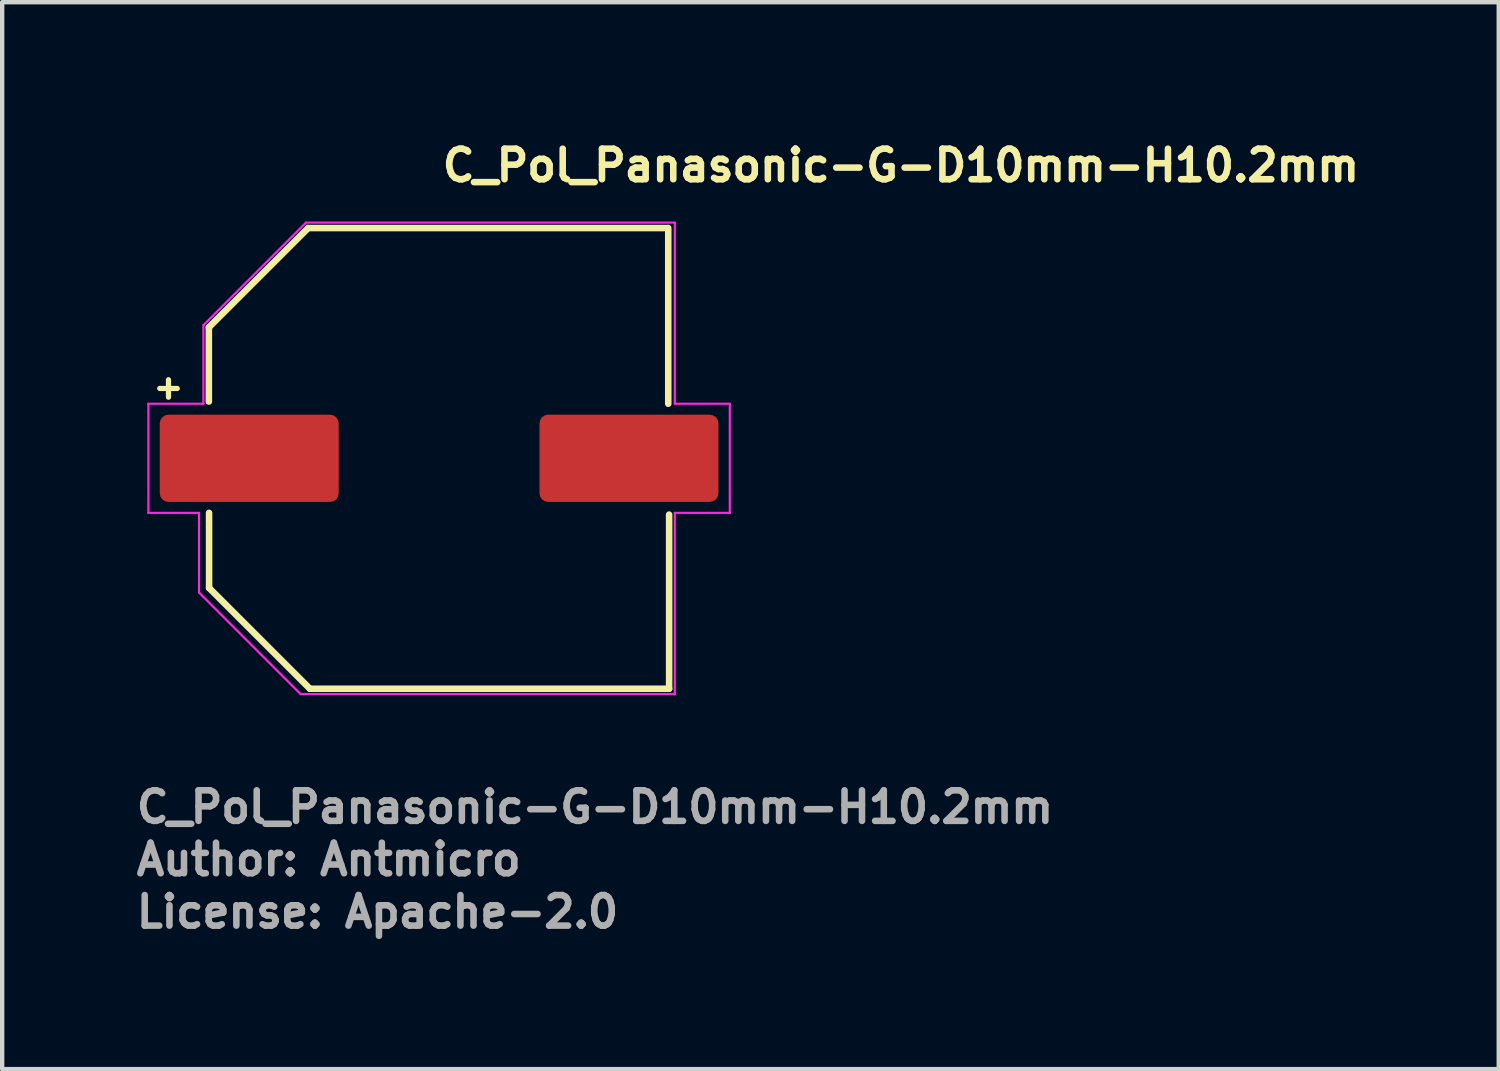
<source format=kicad_pcb>
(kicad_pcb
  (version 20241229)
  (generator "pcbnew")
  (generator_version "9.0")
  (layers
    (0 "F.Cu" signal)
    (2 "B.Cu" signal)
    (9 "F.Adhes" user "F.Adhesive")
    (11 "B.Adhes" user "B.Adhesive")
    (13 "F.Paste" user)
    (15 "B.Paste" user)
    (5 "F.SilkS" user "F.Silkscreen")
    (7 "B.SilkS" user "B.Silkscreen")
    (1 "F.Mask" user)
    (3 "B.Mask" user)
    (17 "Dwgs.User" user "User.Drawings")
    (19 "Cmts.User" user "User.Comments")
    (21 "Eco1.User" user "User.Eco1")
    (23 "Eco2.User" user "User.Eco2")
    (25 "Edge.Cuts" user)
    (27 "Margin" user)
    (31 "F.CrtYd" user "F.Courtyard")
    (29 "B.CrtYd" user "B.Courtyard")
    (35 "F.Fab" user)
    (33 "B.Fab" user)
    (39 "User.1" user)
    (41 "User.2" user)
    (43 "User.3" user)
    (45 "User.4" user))
  (footprint "C_Pol_Panasonic-G-D10mm-H10.2mm"
    (layer "F.Cu")
    (at 7.01 7.45)
    (property "Reference" "C_Pol_Panasonic-G-D10mm-H10.2mm" (at 0 -6.3 0) (layer "F.SilkS") (effects (font (size 0.7 0.7) (thickness 0.15)) (justify left bottom)))
    (attr smd)
    (fp_line (start -6.4 -1.6) (end -6 -1.6) (stroke (width 0.12) (type solid)) (layer "F.SilkS"))
    (fp_line (start -6.2 -1.8) (end -6.2 -1.4) (stroke (width 0.12) (type solid)) (layer "F.SilkS"))
    (fp_line (start -5.275 -3) (end -5.275 -1.3) (stroke (width 0.15) (type solid)) (layer "F.SilkS"))
    (fp_line (start -5.27 2.97) (end -5.27 1.25) (stroke (width 0.15) (type solid)) (layer "F.SilkS"))
    (fp_line (start -3 -5.275) (end -5.275 -3) (stroke (width 0.15) (type solid)) (layer "F.SilkS"))
    (fp_line (start -3 -5.275) (end 5.23 -5.275) (stroke (width 0.15) (type solid)) (layer "F.SilkS"))
    (fp_line (start -2.96 5.28) (end -5.27 2.97) (stroke (width 0.15) (type solid)) (layer "F.SilkS"))
    (fp_line (start 5.25 -1.25) (end 5.25 -5.275) (stroke (width 0.15) (type solid)) (layer "F.SilkS"))
    (fp_line (start 5.27 1.29) (end 5.27 5.28) (stroke (width 0.15) (type solid)) (layer "F.SilkS"))
    (fp_line (start 5.27 5.28) (end -2.96 5.28) (stroke (width 0.15) (type solid)) (layer "F.SilkS"))
    (fp_line (start -6.66 -1.25) (end -6.66 1.25) (stroke (width 0.05) (type solid)) (layer "F.CrtYd"))
    (fp_line (start -6.66 1.25) (end -5.5 1.25) (stroke (width 0.05) (type solid)) (layer "F.CrtYd"))
    (fp_line (start -5.5 1.25) (end -5.5 3.075) (stroke (width 0.05) (type solid)) (layer "F.CrtYd"))
    (fp_line (start -5.5 3.075) (end -3.175 5.4) (stroke (width 0.05) (type solid)) (layer "F.CrtYd"))
    (fp_line (start -5.4 -3.05) (end -5.4 -1.25) (stroke (width 0.05) (type solid)) (layer "F.CrtYd"))
    (fp_line (start -5.4 -3.05) (end -3.05 -5.4) (stroke (width 0.05) (type solid)) (layer "F.CrtYd"))
    (fp_line (start -5.4 -1.25) (end -6.66 -1.25) (stroke (width 0.05) (type solid)) (layer "F.CrtYd"))
    (fp_line (start -3.175 5.4) (end 5.4 5.4) (stroke (width 0.05) (type solid)) (layer "F.CrtYd"))
    (fp_line (start -3.05 -5.4) (end 5.4 -5.4) (stroke (width 0.05) (type solid)) (layer "F.CrtYd"))
    (fp_line (start 5.4 -5.4) (end 5.4 -1.25) (stroke (width 0.05) (type solid)) (layer "F.CrtYd"))
    (fp_line (start 5.4 1.25) (end 5.4 5.4) (stroke (width 0.05) (type solid)) (layer "F.CrtYd"))
    (fp_line (start 5.4 1.25) (end 6.66 1.25) (stroke (width 0.05) (type solid)) (layer "F.CrtYd"))
    (fp_line (start 6.66 -1.25) (end 5.4 -1.25) (stroke (width 0.05) (type solid)) (layer "F.CrtYd"))
    (fp_line (start 6.66 1.25) (end 6.66 -1.25) (stroke (width 0.05) (type solid)) (layer "F.CrtYd"))
    (fp_rect (start -5.849 -5.15) (end 5.849 5.15) (stroke (width 0.1) (type solid)) (fill no) (layer "User.5"))
    (fp_line (start -5.849 -0.45) (end -5.849 0.45) (stroke (width 0.02) (type solid)) (layer "User.9"))
    (fp_line (start -5.849 -0.45) (end -5.15 -0.45) (stroke (width 0.02) (type solid)) (layer "User.9"))
    (fp_line (start -5.15 -2.95) (end -2.95 -5.15) (stroke (width 0.02) (type solid)) (layer "User.9"))
    (fp_line (start -5.15 -1.5) (end -5.15 -2.95) (stroke (width 0.02) (type solid)) (layer "User.9"))
    (fp_line (start -5.15 0.45) (end -5.849 0.45) (stroke (width 0.02) (type solid)) (layer "User.9"))
    (fp_line (start -5.15 1.5) (end -5.15 -1.5) (stroke (width 0.02) (type solid)) (layer "User.9"))
    (fp_line (start -5.15 1.5) (end -4.874 1.5) (stroke (width 0.02) (type solid)) (layer "User.9"))
    (fp_line (start -5.15 2.95) (end -5.15 1.5) (stroke (width 0.02) (type solid)) (layer "User.9"))
    (fp_line (start -5 0.004) (end -4.984 0.4) (stroke (width 0.02) (type solid)) (layer "User.9"))
    (fp_line (start -4.984 -0.391) (end -5 0.004) (stroke (width 0.02) (type solid)) (layer "User.9"))
    (fp_line (start -4.984 0.4) (end -4.936 0.795) (stroke (width 0.02) (type solid)) (layer "User.9"))
    (fp_line (start -4.938 -0.784) (end -4.984 -0.391) (stroke (width 0.02) (type solid)) (layer "User.9"))
    (fp_line (start -4.936 0.795) (end -4.857 1.186) (stroke (width 0.02) (type solid)) (layer "User.9"))
    (fp_line (start -4.874 -1.5) (end -5.15 -1.5) (stroke (width 0.02) (type solid)) (layer "User.9"))
    (fp_line (start -4.874 1.5) (end -4.772 1.798) (stroke (width 0.02) (type solid)) (layer "User.9"))
    (fp_line (start -4.86 -1.173) (end -4.938 -0.784) (stroke (width 0.02) (type solid)) (layer "User.9"))
    (fp_line (start -4.857 1.186) (end -4.746 1.573) (stroke (width 0.02) (type solid)) (layer "User.9"))
    (fp_line (start -4.772 -1.798) (end -4.874 -1.5) (stroke (width 0.02) (type solid)) (layer "User.9"))
    (fp_line (start -4.772 1.798) (end -4.653 2.088) (stroke (width 0.02) (type solid)) (layer "User.9"))
    (fp_line (start -4.751 -1.556) (end -4.86 -1.173) (stroke (width 0.02) (type solid)) (layer "User.9"))
    (fp_line (start -4.746 1.573) (end -4.679 1.763) (stroke (width 0.02) (type solid)) (layer "User.9"))
    (fp_line (start -4.679 1.763) (end -4.603 1.951) (stroke (width 0.02) (type solid)) (layer "User.9"))
    (fp_line (start -4.653 -2.088) (end -4.772 -1.798) (stroke (width 0.02) (type solid)) (layer "User.9"))
    (fp_line (start -4.653 2.088) (end -4.516 2.368) (stroke (width 0.02) (type solid)) (layer "User.9"))
    (fp_line (start -4.612 -1.93) (end -4.751 -1.556) (stroke (width 0.02) (type solid)) (layer "User.9"))
    (fp_line (start -4.603 1.951) (end -4.52 2.137) (stroke (width 0.02) (type solid)) (layer "User.9"))
    (fp_line (start -4.52 2.137) (end -4.428 2.321) (stroke (width 0.02) (type solid)) (layer "User.9"))
    (fp_line (start -4.516 -2.368) (end -4.653 -2.088) (stroke (width 0.02) (type solid)) (layer "User.9"))
    (fp_line (start -4.516 2.368) (end -4.364 2.638) (stroke (width 0.02) (type solid)) (layer "User.9"))
    (fp_line (start -4.442 -2.294) (end -4.612 -1.93) (stroke (width 0.02) (type solid)) (layer "User.9"))
    (fp_line (start -4.428 2.321) (end -4.328 2.502) (stroke (width 0.02) (type solid)) (layer "User.9"))
    (fp_line (start -4.364 -2.638) (end -4.516 -2.368) (stroke (width 0.02) (type solid)) (layer "User.9"))
    (fp_line (start -4.364 2.638) (end -4.196 2.897) (stroke (width 0.02) (type solid)) (layer "User.9"))
    (fp_line (start -4.346 -2.472) (end -4.442 -2.294) (stroke (width 0.02) (type solid)) (layer "User.9"))
    (fp_line (start -4.328 2.502) (end -4.221 2.679) (stroke (width 0.02) (type solid)) (layer "User.9"))
    (fp_line (start -4.242 -2.646) (end -4.346 -2.472) (stroke (width 0.02) (type solid)) (layer "User.9"))
    (fp_line (start -4.221 2.679) (end -4.221 2.679) (stroke (width 0.02) (type solid)) (layer "User.9"))
    (fp_line (start -4.221 2.679) (end -4.106 2.852) (stroke (width 0.02) (type solid)) (layer "User.9"))
    (fp_line (start -4.196 -2.897) (end -4.364 -2.638) (stroke (width 0.02) (type solid)) (layer "User.9"))
    (fp_line (start -4.196 2.897) (end -4.014 3.146) (stroke (width 0.02) (type solid)) (layer "User.9"))
    (fp_line (start -4.13 -2.817) (end -4.242 -2.646) (stroke (width 0.02) (type solid)) (layer "User.9"))
    (fp_line (start -4.106 2.852) (end -3.985 3.019) (stroke (width 0.02) (type solid)) (layer "User.9"))
    (fp_line (start -4.014 -3.146) (end -4.196 -2.897) (stroke (width 0.02) (type solid)) (layer "User.9"))
    (fp_line (start -4.014 3.146) (end -3.816 3.382) (stroke (width 0.02) (type solid)) (layer "User.9"))
    (fp_line (start -4.011 -2.984) (end -4.13 -2.817) (stroke (width 0.02) (type solid)) (layer "User.9"))
    (fp_line (start -3.985 3.019) (end -3.858 3.18) (stroke (width 0.02) (type solid)) (layer "User.9"))
    (fp_line (start -3.885 -3.147) (end -4.011 -2.984) (stroke (width 0.02) (type solid)) (layer "User.9"))
    (fp_line (start -3.858 3.18) (end -3.725 3.335) (stroke (width 0.02) (type solid)) (layer "User.9"))
    (fp_line (start -3.816 -3.382) (end -4.014 -3.146) (stroke (width 0.02) (type solid)) (layer "User.9"))
    (fp_line (start -3.816 3.382) (end -3.606 3.606) (stroke (width 0.02) (type solid)) (layer "User.9"))
    (fp_line (start -3.751 -3.305) (end -3.885 -3.147) (stroke (width 0.02) (type solid)) (layer "User.9"))
    (fp_line (start -3.751 -3.305) (end -3.751 -3.305) (stroke (width 0.02) (type solid)) (layer "User.9"))
    (fp_line (start -3.725 3.335) (end -3.586 3.483) (stroke (width 0.02) (type solid)) (layer "User.9"))
    (fp_line (start -3.606 -3.606) (end -3.816 -3.382) (stroke (width 0.02) (type solid)) (layer "User.9"))
    (fp_line (start -3.606 3.606) (end -3.382 3.816) (stroke (width 0.02) (type solid)) (layer "User.9"))
    (fp_line (start -3.586 3.483) (end -3.443 3.625) (stroke (width 0.02) (type solid)) (layer "User.9"))
    (fp_line (start -3.465 -3.604) (end -3.751 -3.305) (stroke (width 0.02) (type solid)) (layer "User.9"))
    (fp_line (start -3.443 3.625) (end -3.294 3.761) (stroke (width 0.02) (type solid)) (layer "User.9"))
    (fp_line (start -3.382 -3.816) (end -3.606 -3.606) (stroke (width 0.02) (type solid)) (layer "User.9"))
    (fp_line (start -3.382 3.816) (end -3.146 4.014) (stroke (width 0.02) (type solid)) (layer "User.9"))
    (fp_line (start -3.294 3.761) (end -3.141 3.89) (stroke (width 0.02) (type solid)) (layer "User.9"))
    (fp_line (start -3.158 -3.876) (end -3.465 -3.604) (stroke (width 0.02) (type solid)) (layer "User.9"))
    (fp_line (start -3.146 -4.014) (end -3.382 -3.816) (stroke (width 0.02) (type solid)) (layer "User.9"))
    (fp_line (start -3.146 4.014) (end -2.897 4.196) (stroke (width 0.02) (type solid)) (layer "User.9"))
    (fp_line (start -3.141 3.89) (end -2.983 4.013) (stroke (width 0.02) (type solid)) (layer "User.9"))
    (fp_line (start -2.983 4.013) (end -2.82 4.128) (stroke (width 0.02) (type solid)) (layer "User.9"))
    (fp_line (start -2.95 -5.15) (end -1.5 -5.15) (stroke (width 0.02) (type solid)) (layer "User.9"))
    (fp_line (start -2.95 5.15) (end -5.15 2.95) (stroke (width 0.02) (type solid)) (layer "User.9"))
    (fp_line (start -2.897 -4.196) (end -3.146 -4.014) (stroke (width 0.02) (type solid)) (layer "User.9"))
    (fp_line (start -2.897 4.196) (end -2.638 4.364) (stroke (width 0.02) (type solid)) (layer "User.9"))
    (fp_line (start -2.835 -4.118) (end -3.158 -3.876) (stroke (width 0.02) (type solid)) (layer "User.9"))
    (fp_line (start -2.82 4.128) (end -2.653 4.237) (stroke (width 0.02) (type solid)) (layer "User.9"))
    (fp_line (start -2.653 4.237) (end -2.483 4.339) (stroke (width 0.02) (type solid)) (layer "User.9"))
    (fp_line (start -2.638 -4.364) (end -2.897 -4.196) (stroke (width 0.02) (type solid)) (layer "User.9"))
    (fp_line (start -2.638 4.364) (end -2.368 4.516) (stroke (width 0.02) (type solid)) (layer "User.9"))
    (fp_line (start -2.495 -4.333) (end -2.835 -4.118) (stroke (width 0.02) (type solid)) (layer "User.9"))
    (fp_line (start -2.483 4.339) (end -2.309 4.434) (stroke (width 0.02) (type solid)) (layer "User.9"))
    (fp_line (start -2.368 -4.516) (end -2.638 -4.364) (stroke (width 0.02) (type solid)) (layer "User.9"))
    (fp_line (start -2.368 4.516) (end -2.088 4.653) (stroke (width 0.02) (type solid)) (layer "User.9"))
    (fp_line (start -2.309 4.434) (end -2.131 4.522) (stroke (width 0.02) (type solid)) (layer "User.9"))
    (fp_line (start -2.141 -4.518) (end -2.495 -4.333) (stroke (width 0.02) (type solid)) (layer "User.9"))
    (fp_line (start -2.131 4.522) (end -1.95 4.603) (stroke (width 0.02) (type solid)) (layer "User.9"))
    (fp_line (start -2.088 -4.653) (end -2.368 -4.516) (stroke (width 0.02) (type solid)) (layer "User.9"))
    (fp_line (start -2.088 4.653) (end -1.798 4.772) (stroke (width 0.02) (type solid)) (layer "User.9"))
    (fp_line (start -1.95 4.603) (end -1.766 4.677) (stroke (width 0.02) (type solid)) (layer "User.9"))
    (fp_line (start -1.798 -4.772) (end -2.088 -4.653) (stroke (width 0.02) (type solid)) (layer "User.9"))
    (fp_line (start -1.798 4.772) (end -1.5 4.874) (stroke (width 0.02) (type solid)) (layer "User.9"))
    (fp_line (start -1.775 -4.674) (end -2.141 -4.518) (stroke (width 0.02) (type solid)) (layer "User.9"))
    (fp_line (start -1.766 4.677) (end -1.58 4.743) (stroke (width 0.02) (type solid)) (layer "User.9"))
    (fp_line (start -1.58 4.743) (end -1.391 4.802) (stroke (width 0.02) (type solid)) (layer "User.9"))
    (fp_line (start -1.5 -5.15) (end -1.5 -4.874) (stroke (width 0.02) (type solid)) (layer "User.9"))
    (fp_line (start -1.5 -5.15) (end 1.5 -5.15) (stroke (width 0.02) (type solid)) (layer "User.9"))
    (fp_line (start -1.5 -4.874) (end -1.798 -4.772) (stroke (width 0.02) (type solid)) (layer "User.9"))
    (fp_line (start -1.5 4.874) (end -1.5 5.15) (stroke (width 0.02) (type solid)) (layer "User.9"))
    (fp_line (start -1.5 5.15) (end -2.95 5.15) (stroke (width 0.02) (type solid)) (layer "User.9"))
    (fp_line (start -1.399 -4.8) (end -1.775 -4.674) (stroke (width 0.02) (type solid)) (layer "User.9"))
    (fp_line (start -1.391 4.802) (end -1.199 4.854) (stroke (width 0.02) (type solid)) (layer "User.9"))
    (fp_line (start -1.199 4.854) (end -1.006 4.897) (stroke (width 0.02) (type solid)) (layer "User.9"))
    (fp_line (start -1.015 -4.895) (end -1.399 -4.8) (stroke (width 0.02) (type solid)) (layer "User.9"))
    (fp_line (start -1.006 4.897) (end -0.81 4.934) (stroke (width 0.02) (type solid)) (layer "User.9"))
    (fp_line (start -0.81 4.934) (end -0.613 4.962) (stroke (width 0.02) (type solid)) (layer "User.9"))
    (fp_line (start -0.624 -4.96) (end -1.015 -4.895) (stroke (width 0.02) (type solid)) (layer "User.9"))
    (fp_line (start -0.613 4.962) (end -0.415 4.983) (stroke (width 0.02) (type solid)) (layer "User.9"))
    (fp_line (start -0.415 4.983) (end -0.215 4.995) (stroke (width 0.02) (type solid)) (layer "User.9"))
    (fp_line (start -0.229 -4.994) (end -0.624 -4.96) (stroke (width 0.02) (type solid)) (layer "User.9"))
    (fp_line (start -0.215 4.995) (end -0.015 5) (stroke (width 0.02) (type solid)) (layer "User.9"))
    (fp_line (start -0.015 5) (end 0.186 4.996) (stroke (width 0.02) (type solid)) (layer "User.9"))
    (fp_line (start 0.168 -4.997) (end -0.229 -4.994) (stroke (width 0.02) (type solid)) (layer "User.9"))
    (fp_line (start 0.186 4.996) (end 0.387 4.985) (stroke (width 0.02) (type solid)) (layer "User.9"))
    (fp_line (start 0.387 4.985) (end 0.589 4.965) (stroke (width 0.02) (type solid)) (layer "User.9"))
    (fp_line (start 0.566 -4.968) (end 0.168 -4.997) (stroke (width 0.02) (type solid)) (layer "User.9"))
    (fp_line (start 0.589 4.965) (end 0.791 4.937) (stroke (width 0.02) (type solid)) (layer "User.9"))
    (fp_line (start 0.791 4.937) (end 0.993 4.9) (stroke (width 0.02) (type solid)) (layer "User.9"))
    (fp_line (start 0.963 -4.906) (end 0.566 -4.968) (stroke (width 0.02) (type solid)) (layer "User.9"))
    (fp_line (start 0.993 4.9) (end 1.194 4.855) (stroke (width 0.02) (type solid)) (layer "User.9"))
    (fp_line (start 1.194 4.855) (end 1.395 4.801) (stroke (width 0.02) (type solid)) (layer "User.9"))
    (fp_line (start 1.357 -4.812) (end 0.963 -4.906) (stroke (width 0.02) (type solid)) (layer "User.9"))
    (fp_line (start 1.395 4.801) (end 1.395 4.801) (stroke (width 0.02) (type solid)) (layer "User.9"))
    (fp_line (start 1.395 4.801) (end 1.593 4.739) (stroke (width 0.02) (type solid)) (layer "User.9"))
    (fp_line (start 1.5 -5.15) (end 1.5 -4.874) (stroke (width 0.02) (type solid)) (layer "User.9"))
    (fp_line (start 1.5 -4.874) (end 1.798 -4.772) (stroke (width 0.02) (type solid)) (layer "User.9"))
    (fp_line (start 1.5 4.874) (end 1.5 5.15) (stroke (width 0.02) (type solid)) (layer "User.9"))
    (fp_line (start 1.5 5.15) (end -1.5 5.15) (stroke (width 0.02) (type solid)) (layer "User.9"))
    (fp_line (start 1.5 5.15) (end 4.15 5.15) (stroke (width 0.02) (type solid)) (layer "User.9"))
    (fp_line (start 1.593 4.739) (end 1.787 4.669) (stroke (width 0.02) (type solid)) (layer "User.9"))
    (fp_line (start 1.746 -4.685) (end 1.357 -4.812) (stroke (width 0.02) (type solid)) (layer "User.9"))
    (fp_line (start 1.787 4.669) (end 1.977 4.592) (stroke (width 0.02) (type solid)) (layer "User.9"))
    (fp_line (start 1.798 -4.772) (end 2.088 -4.653) (stroke (width 0.02) (type solid)) (layer "User.9"))
    (fp_line (start 1.798 4.772) (end 1.499 4.874) (stroke (width 0.02) (type solid)) (layer "User.9"))
    (fp_line (start 1.977 4.592) (end 2.163 4.508) (stroke (width 0.02) (type solid)) (layer "User.9"))
    (fp_line (start 2 -4.253) (end 2 4.253) (stroke (width 0.02) (type solid)) (layer "User.9"))
    (fp_line (start 2 4.253) (end 2.152 4.178) (stroke (width 0.02) (type solid)) (layer "User.9"))
    (fp_line (start 2.088 -4.653) (end 2.368 -4.516) (stroke (width 0.02) (type solid)) (layer "User.9"))
    (fp_line (start 2.088 4.653) (end 1.798 4.772) (stroke (width 0.02) (type solid)) (layer "User.9"))
    (fp_line (start 2.127 -4.524) (end 1.746 -4.685) (stroke (width 0.02) (type solid)) (layer "User.9"))
    (fp_line (start 2.152 4.178) (end 2.301 4.097) (stroke (width 0.02) (type solid)) (layer "User.9"))
    (fp_line (start 2.163 4.508) (end 2.344 4.416) (stroke (width 0.02) (type solid)) (layer "User.9"))
    (fp_line (start 2.301 -4.097) (end 2 -4.253) (stroke (width 0.02) (type solid)) (layer "User.9"))
    (fp_line (start 2.301 4.097) (end 2.447 4.012) (stroke (width 0.02) (type solid)) (layer "User.9"))
    (fp_line (start 2.344 4.416) (end 2.521 4.318) (stroke (width 0.02) (type solid)) (layer "User.9"))
    (fp_line (start 2.368 -4.516) (end 2.638 -4.364) (stroke (width 0.02) (type solid)) (layer "User.9"))
    (fp_line (start 2.368 4.516) (end 2.088 4.653) (stroke (width 0.02) (type solid)) (layer "User.9"))
    (fp_line (start 2.447 4.012) (end 2.589 3.922) (stroke (width 0.02) (type solid)) (layer "User.9"))
    (fp_line (start 2.448 -4.359) (end 2.127 -4.524) (stroke (width 0.02) (type solid)) (layer "User.9"))
    (fp_line (start 2.521 4.318) (end 2.692 4.213) (stroke (width 0.02) (type solid)) (layer "User.9"))
    (fp_line (start 2.589 -3.922) (end 2.301 -4.097) (stroke (width 0.02) (type solid)) (layer "User.9"))
    (fp_line (start 2.589 3.922) (end 2.727 3.828) (stroke (width 0.02) (type solid)) (layer "User.9"))
    (fp_line (start 2.638 -4.364) (end 2.897 -4.196) (stroke (width 0.02) (type solid)) (layer "User.9"))
    (fp_line (start 2.638 4.364) (end 2.368 4.516) (stroke (width 0.02) (type solid)) (layer "User.9"))
    (fp_line (start 2.692 4.213) (end 2.859 4.102) (stroke (width 0.02) (type solid)) (layer "User.9"))
    (fp_line (start 2.727 3.828) (end 2.861 3.729) (stroke (width 0.02) (type solid)) (layer "User.9"))
    (fp_line (start 2.754 -4.173) (end 2.448 -4.359) (stroke (width 0.02) (type solid)) (layer "User.9"))
    (fp_line (start 2.859 4.102) (end 3.021 3.984) (stroke (width 0.02) (type solid)) (layer "User.9"))
    (fp_line (start 2.861 -3.729) (end 2.589 -3.922) (stroke (width 0.02) (type solid)) (layer "User.9"))
    (fp_line (start 2.861 3.729) (end 2.991 3.625) (stroke (width 0.02) (type solid)) (layer "User.9"))
    (fp_line (start 2.897 -4.196) (end 3.146 -4.014) (stroke (width 0.02) (type solid)) (layer "User.9"))
    (fp_line (start 2.897 4.196) (end 2.638 4.364) (stroke (width 0.02) (type solid)) (layer "User.9"))
    (fp_line (start 2.991 3.625) (end 3.117 3.517) (stroke (width 0.02) (type solid)) (layer "User.9"))
    (fp_line (start 3.021 3.984) (end 3.177 3.86) (stroke (width 0.02) (type solid)) (layer "User.9"))
    (fp_line (start 3.043 -3.967) (end 2.754 -4.173) (stroke (width 0.02) (type solid)) (layer "User.9"))
    (fp_line (start 3.117 -3.517) (end 2.861 -3.729) (stroke (width 0.02) (type solid)) (layer "User.9"))
    (fp_line (start 3.117 3.517) (end 3.238 3.405) (stroke (width 0.02) (type solid)) (layer "User.9"))
    (fp_line (start 3.146 -4.014) (end 3.382 -3.816) (stroke (width 0.02) (type solid)) (layer "User.9"))
    (fp_line (start 3.146 4.014) (end 2.897 4.196) (stroke (width 0.02) (type solid)) (layer "User.9"))
    (fp_line (start 3.177 3.86) (end 3.328 3.731) (stroke (width 0.02) (type solid)) (layer "User.9"))
    (fp_line (start 3.238 3.405) (end 3.356 3.29) (stroke (width 0.02) (type solid)) (layer "User.9"))
    (fp_line (start 3.316 -3.742) (end 3.043 -3.967) (stroke (width 0.02) (type solid)) (layer "User.9"))
    (fp_line (start 3.328 3.731) (end 3.474 3.595) (stroke (width 0.02) (type solid)) (layer "User.9"))
    (fp_line (start 3.356 -3.29) (end 3.117 -3.517) (stroke (width 0.02) (type solid)) (layer "User.9"))
    (fp_line (start 3.356 3.29) (end 3.469 3.17) (stroke (width 0.02) (type solid)) (layer "User.9"))
    (fp_line (start 3.382 -3.816) (end 3.606 -3.606) (stroke (width 0.02) (type solid)) (layer "User.9"))
    (fp_line (start 3.382 3.816) (end 3.146 4.014) (stroke (width 0.02) (type solid)) (layer "User.9"))
    (fp_line (start 3.469 3.17) (end 3.578 3.047) (stroke (width 0.02) (type solid)) (layer "User.9"))
    (fp_line (start 3.474 3.595) (end 3.614 3.455) (stroke (width 0.02) (type solid)) (layer "User.9"))
    (fp_line (start 3.57 -3.5) (end 3.316 -3.742) (stroke (width 0.02) (type solid)) (layer "User.9"))
    (fp_line (start 3.578 -3.047) (end 3.356 -3.29) (stroke (width 0.02) (type solid)) (layer "User.9"))
    (fp_line (start 3.578 3.047) (end 3.682 2.92) (stroke (width 0.02) (type solid)) (layer "User.9"))
    (fp_line (start 3.606 -3.606) (end 3.816 -3.382) (stroke (width 0.02) (type solid)) (layer "User.9"))
    (fp_line (start 3.606 3.606) (end 3.382 3.816) (stroke (width 0.02) (type solid)) (layer "User.9"))
    (fp_line (start 3.614 3.455) (end 3.748 3.309) (stroke (width 0.02) (type solid)) (layer "User.9"))
    (fp_line (start 3.682 2.92) (end 3.782 2.789) (stroke (width 0.02) (type solid)) (layer "User.9"))
    (fp_line (start 3.748 3.309) (end 3.876 3.157) (stroke (width 0.02) (type solid)) (layer "User.9"))
    (fp_line (start 3.782 -2.789) (end 3.578 -3.047) (stroke (width 0.02) (type solid)) (layer "User.9"))
    (fp_line (start 3.782 2.789) (end 3.877 2.655) (stroke (width 0.02) (type solid)) (layer "User.9"))
    (fp_line (start 3.806 -3.241) (end 3.57 -3.5) (stroke (width 0.02) (type solid)) (layer "User.9"))
    (fp_line (start 3.816 -3.382) (end 4.014 -3.146) (stroke (width 0.02) (type solid)) (layer "User.9"))
    (fp_line (start 3.816 3.382) (end 3.606 3.606) (stroke (width 0.02) (type solid)) (layer "User.9"))
    (fp_line (start 3.876 3.157) (end 3.998 3.001) (stroke (width 0.02) (type solid)) (layer "User.9"))
    (fp_line (start 3.877 2.655) (end 3.967 2.518) (stroke (width 0.02) (type solid)) (layer "User.9"))
    (fp_line (start 3.967 -2.518) (end 3.782 -2.789) (stroke (width 0.02) (type solid)) (layer "User.9"))
    (fp_line (start 3.967 2.518) (end 4.053 2.378) (stroke (width 0.02) (type solid)) (layer "User.9"))
    (fp_line (start 3.998 3.001) (end 4.114 2.841) (stroke (width 0.02) (type solid)) (layer "User.9"))
    (fp_line (start 4.014 -3.146) (end 4.196 -2.897) (stroke (width 0.02) (type solid)) (layer "User.9"))
    (fp_line (start 4.014 3.146) (end 3.816 3.382) (stroke (width 0.02) (type solid)) (layer "User.9"))
    (fp_line (start 4.024 -2.967) (end 3.806 -3.241) (stroke (width 0.02) (type solid)) (layer "User.9"))
    (fp_line (start 4.053 2.378) (end 4.134 2.235) (stroke (width 0.02) (type solid)) (layer "User.9"))
    (fp_line (start 4.114 2.841) (end 4.223 2.676) (stroke (width 0.02) (type solid)) (layer "User.9"))
    (fp_line (start 4.134 -2.235) (end 3.967 -2.518) (stroke (width 0.02) (type solid)) (layer "User.9"))
    (fp_line (start 4.134 2.235) (end 4.209 2.09) (stroke (width 0.02) (type solid)) (layer "User.9"))
    (fp_line (start 4.15 -5.15) (end 1.5 -5.15) (stroke (width 0.02) (type solid)) (layer "User.9"))
    (fp_line (start 4.15 -5.15) (end 4.199 -5.148) (stroke (width 0.02) (type solid)) (layer "User.9"))
    (fp_line (start 4.196 -2.897) (end 4.364 -2.638) (stroke (width 0.02) (type solid)) (layer "User.9"))
    (fp_line (start 4.196 2.897) (end 4.014 3.146) (stroke (width 0.02) (type solid)) (layer "User.9"))
    (fp_line (start 4.199 -5.148) (end 4.248 -5.145) (stroke (width 0.02) (type solid)) (layer "User.9"))
    (fp_line (start 4.199 5.148) (end 4.15 5.15) (stroke (width 0.02) (type solid)) (layer "User.9"))
    (fp_line (start 4.209 2.09) (end 4.28 1.941) (stroke (width 0.02) (type solid)) (layer "User.9"))
    (fp_line (start 4.221 -2.679) (end 4.024 -2.967) (stroke (width 0.02) (type solid)) (layer "User.9"))
    (fp_line (start 4.223 2.676) (end 4.326 2.506) (stroke (width 0.02) (type solid)) (layer "User.9"))
    (fp_line (start 4.248 -5.145) (end 4.297 -5.139) (stroke (width 0.02) (type solid)) (layer "User.9"))
    (fp_line (start 4.248 5.145) (end 4.199 5.148) (stroke (width 0.02) (type solid)) (layer "User.9"))
    (fp_line (start 4.28 -1.941) (end 4.134 -2.235) (stroke (width 0.02) (type solid)) (layer "User.9"))
    (fp_line (start 4.28 1.941) (end 4.345 1.79) (stroke (width 0.02) (type solid)) (layer "User.9"))
    (fp_line (start 4.297 -5.139) (end 4.346 -5.13) (stroke (width 0.02) (type solid)) (layer "User.9"))
    (fp_line (start 4.297 5.139) (end 4.248 5.145) (stroke (width 0.02) (type solid)) (layer "User.9"))
    (fp_line (start 4.326 2.506) (end 4.422 2.332) (stroke (width 0.02) (type solid)) (layer "User.9"))
    (fp_line (start 4.345 1.79) (end 4.405 1.637) (stroke (width 0.02) (type solid)) (layer "User.9"))
    (fp_line (start 4.346 -5.13) (end 4.393 -5.119) (stroke (width 0.02) (type solid)) (layer "User.9"))
    (fp_line (start 4.346 5.13) (end 4.297 5.139) (stroke (width 0.02) (type solid)) (layer "User.9"))
    (fp_line (start 4.364 -2.638) (end 4.516 -2.368) (stroke (width 0.02) (type solid)) (layer "User.9"))
    (fp_line (start 4.364 2.638) (end 4.196 2.897) (stroke (width 0.02) (type solid)) (layer "User.9"))
    (fp_line (start 4.393 -5.119) (end 4.44 -5.106) (stroke (width 0.02) (type solid)) (layer "User.9"))
    (fp_line (start 4.393 5.119) (end 4.346 5.13) (stroke (width 0.02) (type solid)) (layer "User.9"))
    (fp_line (start 4.397 -2.378) (end 4.221 -2.679) (stroke (width 0.02) (type solid)) (layer "User.9"))
    (fp_line (start 4.405 -1.637) (end 4.28 -1.941) (stroke (width 0.02) (type solid)) (layer "User.9"))
    (fp_line (start 4.405 1.637) (end 4.46 1.481) (stroke (width 0.02) (type solid)) (layer "User.9"))
    (fp_line (start 4.422 2.332) (end 4.511 2.155) (stroke (width 0.02) (type solid)) (layer "User.9"))
    (fp_line (start 4.44 -5.106) (end 4.487 -5.091) (stroke (width 0.02) (type solid)) (layer "User.9"))
    (fp_line (start 4.44 5.106) (end 4.393 5.119) (stroke (width 0.02) (type solid)) (layer "User.9"))
    (fp_line (start 4.46 1.481) (end 4.509 1.323) (stroke (width 0.02) (type solid)) (layer "User.9"))
    (fp_line (start 4.487 -5.091) (end 4.532 -5.073) (stroke (width 0.02) (type solid)) (layer "User.9"))
    (fp_line (start 4.487 5.091) (end 4.44 5.106) (stroke (width 0.02) (type solid)) (layer "User.9"))
    (fp_line (start 4.509 -1.323) (end 4.405 -1.637) (stroke (width 0.02) (type solid)) (layer "User.9"))
    (fp_line (start 4.509 1.323) (end 4.553 1.164) (stroke (width 0.02) (type solid)) (layer "User.9"))
    (fp_line (start 4.511 2.155) (end 4.594 1.974) (stroke (width 0.02) (type solid)) (layer "User.9"))
    (fp_line (start 4.516 -2.368) (end 4.653 -2.088) (stroke (width 0.02) (type solid)) (layer "User.9"))
    (fp_line (start 4.516 2.368) (end 4.364 2.638) (stroke (width 0.02) (type solid)) (layer "User.9"))
    (fp_line (start 4.532 -5.073) (end 4.577 -5.054) (stroke (width 0.02) (type solid)) (layer "User.9"))
    (fp_line (start 4.532 5.073) (end 4.487 5.091) (stroke (width 0.02) (type solid)) (layer "User.9"))
    (fp_line (start 4.553 -2.065) (end 4.397 -2.378) (stroke (width 0.02) (type solid)) (layer "User.9"))
    (fp_line (start 4.553 1.164) (end 4.592 1.002) (stroke (width 0.02) (type solid)) (layer "User.9"))
    (fp_line (start 4.577 -5.054) (end 4.62 -5.032) (stroke (width 0.02) (type solid)) (layer "User.9"))
    (fp_line (start 4.577 5.054) (end 4.532 5.073) (stroke (width 0.02) (type solid)) (layer "User.9"))
    (fp_line (start 4.592 -1.002) (end 4.509 -1.323) (stroke (width 0.02) (type solid)) (layer "User.9"))
    (fp_line (start 4.592 1.002) (end 4.624 0.838) (stroke (width 0.02) (type solid)) (layer "User.9"))
    (fp_line (start 4.594 1.974) (end 4.669 1.789) (stroke (width 0.02) (type solid)) (layer "User.9"))
    (fp_line (start 4.62 -5.032) (end 4.663 -5.008) (stroke (width 0.02) (type solid)) (layer "User.9"))
    (fp_line (start 4.62 5.032) (end 4.577 5.054) (stroke (width 0.02) (type solid)) (layer "User.9"))
    (fp_line (start 4.624 0.838) (end 4.651 0.673) (stroke (width 0.02) (type solid)) (layer "User.9"))
    (fp_line (start 4.651 -0.673) (end 4.592 -1.002) (stroke (width 0.02) (type solid)) (layer "User.9"))
    (fp_line (start 4.651 0.673) (end 4.672 0.507) (stroke (width 0.02) (type solid)) (layer "User.9"))
    (fp_line (start 4.653 -2.088) (end 4.772 -1.798) (stroke (width 0.02) (type solid)) (layer "User.9"))
    (fp_line (start 4.653 2.088) (end 4.516 2.368) (stroke (width 0.02) (type solid)) (layer "User.9"))
    (fp_line (start 4.663 -5.008) (end 4.704 -4.981) (stroke (width 0.02) (type solid)) (layer "User.9"))
    (fp_line (start 4.663 5.008) (end 4.62 5.032) (stroke (width 0.02) (type solid)) (layer "User.9"))
    (fp_line (start 4.669 1.789) (end 4.737 1.601) (stroke (width 0.02) (type solid)) (layer "User.9"))
    (fp_line (start 4.672 0.507) (end 4.687 0.339) (stroke (width 0.02) (type solid)) (layer "User.9"))
    (fp_line (start 4.686 -1.741) (end 4.553 -2.065) (stroke (width 0.02) (type solid)) (layer "User.9"))
    (fp_line (start 4.687 -0.339) (end 4.651 -0.673) (stroke (width 0.02) (type solid)) (layer "User.9"))
    (fp_line (start 4.687 0.339) (end 4.696 0.17) (stroke (width 0.02) (type solid)) (layer "User.9"))
    (fp_line (start 4.696 0.17) (end 4.699 0) (stroke (width 0.02) (type solid)) (layer "User.9"))
    (fp_line (start 4.699 0) (end 4.687 -0.339) (stroke (width 0.02) (type solid)) (layer "User.9"))
    (fp_line (start 4.699 0) (end 4.699 0) (stroke (width 0.02) (type solid)) (layer "User.9"))
    (fp_line (start 4.704 -4.981) (end 4.744 -4.953) (stroke (width 0.02) (type solid)) (layer "User.9"))
    (fp_line (start 4.704 4.981) (end 4.663 5.008) (stroke (width 0.02) (type solid)) (layer "User.9"))
    (fp_line (start 4.737 1.601) (end 4.797 1.409) (stroke (width 0.02) (type solid)) (layer "User.9"))
    (fp_line (start 4.744 -4.953) (end 4.783 -4.923) (stroke (width 0.02) (type solid)) (layer "User.9"))
    (fp_line (start 4.744 4.953) (end 4.704 4.981) (stroke (width 0.02) (type solid)) (layer "User.9"))
    (fp_line (start 4.772 -1.798) (end 4.874 -1.5) (stroke (width 0.02) (type solid)) (layer "User.9"))
    (fp_line (start 4.772 1.798) (end 4.653 2.088) (stroke (width 0.02) (type solid)) (layer "User.9"))
    (fp_line (start 4.783 -4.923) (end 4.821 -4.891) (stroke (width 0.02) (type solid)) (layer "User.9"))
    (fp_line (start 4.783 4.923) (end 4.744 4.953) (stroke (width 0.02) (type solid)) (layer "User.9"))
    (fp_line (start 4.797 -1.408) (end 4.686 -1.741) (stroke (width 0.02) (type solid)) (layer "User.9"))
    (fp_line (start 4.797 1.409) (end 4.85 1.215) (stroke (width 0.02) (type solid)) (layer "User.9"))
    (fp_line (start 4.821 -4.891) (end 4.857 -4.857) (stroke (width 0.02) (type solid)) (layer "User.9"))
    (fp_line (start 4.821 4.891) (end 4.783 4.923) (stroke (width 0.02) (type solid)) (layer "User.9"))
    (fp_line (start 4.85 1.215) (end 4.895 1.018) (stroke (width 0.02) (type solid)) (layer "User.9"))
    (fp_line (start 4.857 -4.857) (end 4.857 -4.857) (stroke (width 0.02) (type solid)) (layer "User.9"))
    (fp_line (start 4.857 -4.857) (end 4.891 -4.821) (stroke (width 0.02) (type solid)) (layer "User.9"))
    (fp_line (start 4.857 4.857) (end 4.821 4.891) (stroke (width 0.02) (type solid)) (layer "User.9"))
    (fp_line (start 4.857 4.857) (end 4.857 4.857) (stroke (width 0.02) (type solid)) (layer "User.9"))
    (fp_line (start 4.874 -1.5) (end 5.15 -1.5) (stroke (width 0.02) (type solid)) (layer "User.9"))
    (fp_line (start 4.874 1.5) (end 4.772 1.798) (stroke (width 0.02) (type solid)) (layer "User.9"))
    (fp_line (start 4.885 -1.066) (end 4.797 -1.408) (stroke (width 0.02) (type solid)) (layer "User.9"))
    (fp_line (start 4.891 -4.821) (end 4.923 -4.783) (stroke (width 0.02) (type solid)) (layer "User.9"))
    (fp_line (start 4.891 4.821) (end 4.857 4.857) (stroke (width 0.02) (type solid)) (layer "User.9"))
    (fp_line (start 4.895 1.018) (end 4.932 0.819) (stroke (width 0.02) (type solid)) (layer "User.9"))
    (fp_line (start 4.923 -4.783) (end 4.953 -4.744) (stroke (width 0.02) (type solid)) (layer "User.9"))
    (fp_line (start 4.923 4.783) (end 4.891 4.821) (stroke (width 0.02) (type solid)) (layer "User.9"))
    (fp_line (start 4.932 0.819) (end 4.961 0.617) (stroke (width 0.02) (type solid)) (layer "User.9"))
    (fp_line (start 4.948 -0.716) (end 4.885 -1.066) (stroke (width 0.02) (type solid)) (layer "User.9"))
    (fp_line (start 4.953 -4.744) (end 4.981 -4.704) (stroke (width 0.02) (type solid)) (layer "User.9"))
    (fp_line (start 4.953 4.744) (end 4.923 4.783) (stroke (width 0.02) (type solid)) (layer "User.9"))
    (fp_line (start 4.961 0.617) (end 4.982 0.413) (stroke (width 0.02) (type solid)) (layer "User.9"))
    (fp_line (start 4.981 -4.704) (end 5.008 -4.663) (stroke (width 0.02) (type solid)) (layer "User.9"))
    (fp_line (start 4.981 4.704) (end 4.953 4.744) (stroke (width 0.02) (type solid)) (layer "User.9"))
    (fp_line (start 4.982 0.413) (end 4.995 0.207) (stroke (width 0.02) (type solid)) (layer "User.9"))
    (fp_line (start 4.987 -0.361) (end 4.948 -0.716) (stroke (width 0.02) (type solid)) (layer "User.9"))
    (fp_line (start 4.995 0.207) (end 5 0) (stroke (width 0.02) (type solid)) (layer "User.9"))
    (fp_line (start 5 0) (end 4.987 -0.361) (stroke (width 0.02) (type solid)) (layer "User.9"))
    (fp_line (start 5.008 -4.663) (end 5.032 -4.62) (stroke (width 0.02) (type solid)) (layer "User.9"))
    (fp_line (start 5.008 4.663) (end 4.981 4.704) (stroke (width 0.02) (type solid)) (layer "User.9"))
    (fp_line (start 5.032 -4.62) (end 5.054 -4.577) (stroke (width 0.02) (type solid)) (layer "User.9"))
    (fp_line (start 5.032 4.62) (end 5.008 4.663) (stroke (width 0.02) (type solid)) (layer "User.9"))
    (fp_line (start 5.054 -4.577) (end 5.073 -4.532) (stroke (width 0.02) (type solid)) (layer "User.9"))
    (fp_line (start 5.054 4.577) (end 5.032 4.62) (stroke (width 0.02) (type solid)) (layer "User.9"))
    (fp_line (start 5.073 -4.532) (end 5.091 -4.487) (stroke (width 0.02) (type solid)) (layer "User.9"))
    (fp_line (start 5.073 4.532) (end 5.054 4.577) (stroke (width 0.02) (type solid)) (layer "User.9"))
    (fp_line (start 5.091 -4.487) (end 5.106 -4.44) (stroke (width 0.02) (type solid)) (layer "User.9"))
    (fp_line (start 5.091 4.487) (end 5.073 4.532) (stroke (width 0.02) (type solid)) (layer "User.9"))
    (fp_line (start 5.106 -4.44) (end 5.119 -4.393) (stroke (width 0.02) (type solid)) (layer "User.9"))
    (fp_line (start 5.106 4.44) (end 5.091 4.487) (stroke (width 0.02) (type solid)) (layer "User.9"))
    (fp_line (start 5.119 -4.393) (end 5.13 -4.346) (stroke (width 0.02) (type solid)) (layer "User.9"))
    (fp_line (start 5.119 4.393) (end 5.106 4.44) (stroke (width 0.02) (type solid)) (layer "User.9"))
    (fp_line (start 5.13 -4.346) (end 5.139 -4.297) (stroke (width 0.02) (type solid)) (layer "User.9"))
    (fp_line (start 5.13 4.346) (end 5.119 4.393) (stroke (width 0.02) (type solid)) (layer "User.9"))
    (fp_line (start 5.139 -4.297) (end 5.145 -4.248) (stroke (width 0.02) (type solid)) (layer "User.9"))
    (fp_line (start 5.139 4.297) (end 5.13 4.346) (stroke (width 0.02) (type solid)) (layer "User.9"))
    (fp_line (start 5.145 -4.248) (end 5.148 -4.199) (stroke (width 0.02) (type solid)) (layer "User.9"))
    (fp_line (start 5.145 4.248) (end 5.139 4.297) (stroke (width 0.02) (type solid)) (layer "User.9"))
    (fp_line (start 5.148 -4.199) (end 5.15 -4.15) (stroke (width 0.02) (type solid)) (layer "User.9"))
    (fp_line (start 5.148 4.199) (end 5.145 4.248) (stroke (width 0.02) (type solid)) (layer "User.9"))
    (fp_line (start 5.15 -1.5) (end 5.15 -4.15) (stroke (width 0.02) (type solid)) (layer "User.9"))
    (fp_line (start 5.15 -1.5) (end 5.15 1.5) (stroke (width 0.02) (type solid)) (layer "User.9"))
    (fp_line (start 5.15 -0.45) (end 5.849 -0.45) (stroke (width 0.02) (type solid)) (layer "User.9"))
    (fp_line (start 5.15 1.5) (end 4.874 1.5) (stroke (width 0.02) (type solid)) (layer "User.9"))
    (fp_line (start 5.15 4.15) (end 5.148 4.199) (stroke (width 0.02) (type solid)) (layer "User.9"))
    (fp_line (start 5.15 4.15) (end 5.15 1.5) (stroke (width 0.02) (type solid)) (layer "User.9"))
    (fp_line (start 5.849 0.45) (end 5.15 0.45) (stroke (width 0.02) (type solid)) (layer "User.9"))
    (fp_line (start 5.849 0.45) (end 5.849 -0.45) (stroke (width 0.02) (type solid)) (layer "User.9"))
    (fp_text user "${REFERENCE}" (at -7.01 8.4 0) (layer "F.Fab") (effects (font (size 0.7 0.7) (thickness 0.15)) (justify left bottom)))
    (fp_text user "License: Apache-2.0" (at -7.01 10.8 0) (layer "F.Fab") (effects (font (size 0.7 0.7) (thickness 0.15)) (justify left bottom)))
    (fp_text user "Author: Antmicro" (at -7.01 9.6 0) (layer "F.Fab") (effects (font (size 0.7 0.7) (thickness 0.15)) (justify left bottom)))
    (pad "1" smd roundrect (at -4.35 0) (size 4.1 2) (layers "F.Cu" "F.Mask" "F.Paste") (roundrect_rratio 0.1))
    (pad "2" smd roundrect (at 4.35 0) (size 4.1 2) (layers "F.Cu" "F.Mask" "F.Paste") (roundrect_rratio 0.1)))
  (gr_rect
    (start -3 -3)
    (end 31.287 21.445)
    (stroke (width 0.1) (type default))
    (fill no)
    (layer "Edge.Cuts")))
</source>
